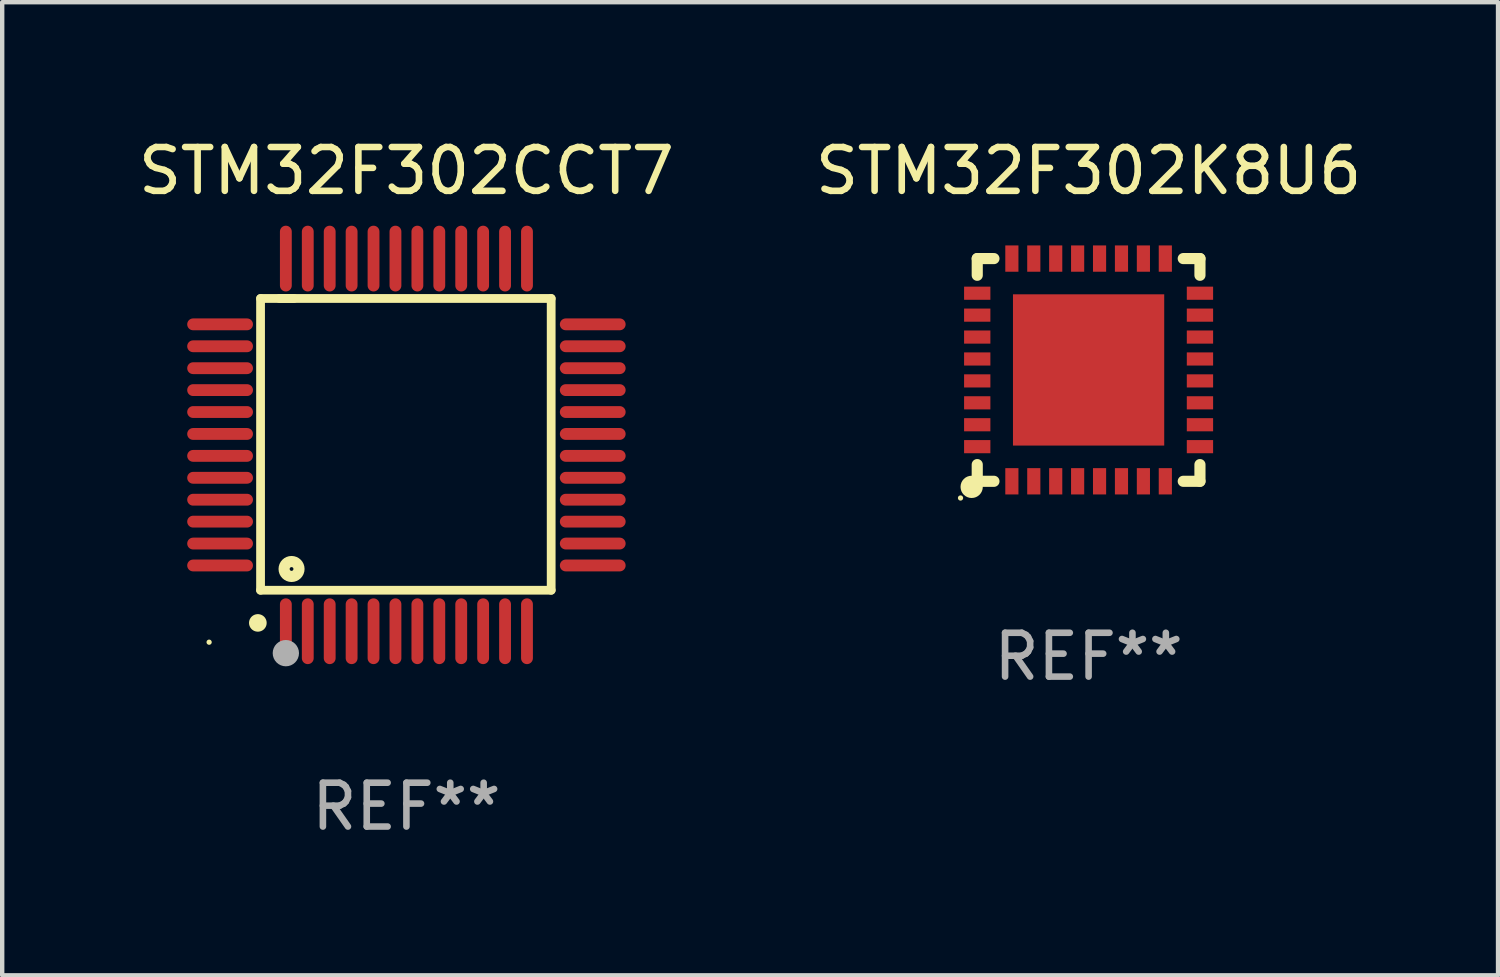
<source format=kicad_pcb>
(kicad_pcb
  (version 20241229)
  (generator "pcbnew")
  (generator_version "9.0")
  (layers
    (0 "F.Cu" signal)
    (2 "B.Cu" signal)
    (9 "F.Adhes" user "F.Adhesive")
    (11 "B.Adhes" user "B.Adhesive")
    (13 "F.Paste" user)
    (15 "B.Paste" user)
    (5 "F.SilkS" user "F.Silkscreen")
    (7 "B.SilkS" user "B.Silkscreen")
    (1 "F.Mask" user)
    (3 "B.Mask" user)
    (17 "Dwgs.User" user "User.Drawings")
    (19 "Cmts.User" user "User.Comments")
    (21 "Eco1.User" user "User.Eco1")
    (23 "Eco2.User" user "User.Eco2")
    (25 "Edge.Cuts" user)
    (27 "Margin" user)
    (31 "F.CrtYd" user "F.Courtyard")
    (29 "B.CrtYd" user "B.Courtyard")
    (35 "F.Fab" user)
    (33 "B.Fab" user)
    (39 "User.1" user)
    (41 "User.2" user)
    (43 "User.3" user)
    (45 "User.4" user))
  (footprint "STM32F302CCT7"
    (layer "F.Cu")
    (at 6.22 7.098)
    (property "Reference" "STM32F302CCT7" (at 0 -6.25 0) (layer "F.SilkS") (effects (font (size 1 1) (thickness 0.15))))
    (attr through_hole)
    (fp_line (start -3.327 -3.34) (end -2.565 -3.34) (stroke (width 0.2) (type solid)) (layer "F.SilkS"))
    (fp_line (start -3.327 3.315) (end -3.327 -3.34) (stroke (width 0.2) (type solid)) (layer "F.SilkS"))
    (fp_line (start -2.896 -3.34) (end 3.302 -3.34) (stroke (width 0.2) (type solid)) (layer "F.SilkS"))
    (fp_line (start 3.302 -3.34) (end 3.302 3.315) (stroke (width 0.2) (type solid)) (layer "F.SilkS"))
    (fp_line (start 3.302 3.315) (end -3.327 3.315) (stroke (width 0.2) (type solid)) (layer "F.SilkS"))
    (fp_arc (start -3.389992 4.059995) (mid -3.388722 4.059991) (end -3.387452 4.059995) (stroke (width 0.4) (type solid)) (layer "F.SilkS"))
    (fp_circle (center -4.5 4.5) (end -4.47 4.5) (stroke (width 0.06) (type solid)) (fill no) (layer "F.SilkS"))
    (fp_circle (center -2.62 2.83) (end -2.45 2.83) (stroke (width 0.254) (type solid)) (fill no) (layer "F.SilkS"))
    (fp_circle (center -2.75 4.75) (end -2.6 4.75) (stroke (width 0.3) (type solid)) (fill no) (layer "F.Fab"))
    (fp_text user "REF**" (at 0 8.25 0) (layer "F.Fab") (effects (font (size 1 1) (thickness 0.15))))
    (pad "1" smd oval (at -2.75 4.25) (size 0.27 1.5) (layers "F.Cu" "F.Mask" "F.Paste"))
    (pad "2" smd oval (at -2.25 4.25) (size 0.27 1.5) (layers "F.Cu" "F.Mask" "F.Paste"))
    (pad "3" smd oval (at -1.75 4.25) (size 0.27 1.5) (layers "F.Cu" "F.Mask" "F.Paste"))
    (pad "4" smd oval (at -1.25 4.25) (size 0.27 1.5) (layers "F.Cu" "F.Mask" "F.Paste"))
    (pad "5" smd oval (at -0.75 4.25) (size 0.27 1.5) (layers "F.Cu" "F.Mask" "F.Paste"))
    (pad "6" smd oval (at -0.25 4.25) (size 0.27 1.5) (layers "F.Cu" "F.Mask" "F.Paste"))
    (pad "7" smd oval (at 0.25 4.25) (size 0.27 1.5) (layers "F.Cu" "F.Mask" "F.Paste"))
    (pad "8" smd oval (at 0.75 4.25) (size 0.27 1.5) (layers "F.Cu" "F.Mask" "F.Paste"))
    (pad "9" smd oval (at 1.25 4.25) (size 0.27 1.5) (layers "F.Cu" "F.Mask" "F.Paste"))
    (pad "10" smd oval (at 1.75 4.25) (size 0.27 1.5) (layers "F.Cu" "F.Mask" "F.Paste"))
    (pad "11" smd oval (at 2.25 4.25) (size 0.27 1.5) (layers "F.Cu" "F.Mask" "F.Paste"))
    (pad "12" smd oval (at 2.75 4.25) (size 0.27 1.5) (layers "F.Cu" "F.Mask" "F.Paste"))
    (pad "13" smd oval (at 4.25 2.75) (size 1.5 0.27) (layers "F.Cu" "F.Mask" "F.Paste"))
    (pad "14" smd oval (at 4.25 2.25) (size 1.5 0.27) (layers "F.Cu" "F.Mask" "F.Paste"))
    (pad "15" smd oval (at 4.25 1.75) (size 1.5 0.27) (layers "F.Cu" "F.Mask" "F.Paste"))
    (pad "16" smd oval (at 4.25 1.25) (size 1.5 0.27) (layers "F.Cu" "F.Mask" "F.Paste"))
    (pad "17" smd oval (at 4.25 0.75) (size 1.5 0.27) (layers "F.Cu" "F.Mask" "F.Paste"))
    (pad "18" smd oval (at 4.25 0.25) (size 1.5 0.27) (layers "F.Cu" "F.Mask" "F.Paste"))
    (pad "19" smd oval (at 4.25 -0.25) (size 1.5 0.27) (layers "F.Cu" "F.Mask" "F.Paste"))
    (pad "20" smd oval (at 4.25 -0.75) (size 1.5 0.27) (layers "F.Cu" "F.Mask" "F.Paste"))
    (pad "21" smd oval (at 4.25 -1.25) (size 1.5 0.27) (layers "F.Cu" "F.Mask" "F.Paste"))
    (pad "22" smd oval (at 4.25 -1.75) (size 1.5 0.27) (layers "F.Cu" "F.Mask" "F.Paste"))
    (pad "23" smd oval (at 4.25 -2.25) (size 1.5 0.27) (layers "F.Cu" "F.Mask" "F.Paste"))
    (pad "24" smd oval (at 4.25 -2.75) (size 1.5 0.27) (layers "F.Cu" "F.Mask" "F.Paste"))
    (pad "25" smd oval (at 2.75 -4.25) (size 0.27 1.5) (layers "F.Cu" "F.Mask" "F.Paste"))
    (pad "26" smd oval (at 2.25 -4.25) (size 0.27 1.5) (layers "F.Cu" "F.Mask" "F.Paste"))
    (pad "27" smd oval (at 1.75 -4.25) (size 0.27 1.5) (layers "F.Cu" "F.Mask" "F.Paste"))
    (pad "28" smd oval (at 1.25 -4.25) (size 0.27 1.5) (layers "F.Cu" "F.Mask" "F.Paste"))
    (pad "29" smd oval (at 0.75 -4.25) (size 0.27 1.5) (layers "F.Cu" "F.Mask" "F.Paste"))
    (pad "30" smd oval (at 0.25 -4.25) (size 0.27 1.5) (layers "F.Cu" "F.Mask" "F.Paste"))
    (pad "31" smd oval (at -0.25 -4.25) (size 0.27 1.5) (layers "F.Cu" "F.Mask" "F.Paste"))
    (pad "32" smd oval (at -0.75 -4.25) (size 0.27 1.5) (layers "F.Cu" "F.Mask" "F.Paste"))
    (pad "33" smd oval (at -1.25 -4.25) (size 0.27 1.5) (layers "F.Cu" "F.Mask" "F.Paste"))
    (pad "34" smd oval (at -1.75 -4.25) (size 0.27 1.5) (layers "F.Cu" "F.Mask" "F.Paste"))
    (pad "35" smd oval (at -2.25 -4.25) (size 0.27 1.5) (layers "F.Cu" "F.Mask" "F.Paste"))
    (pad "36" smd oval (at -2.75 -4.25) (size 0.27 1.5) (layers "F.Cu" "F.Mask" "F.Paste"))
    (pad "37" smd oval (at -4.25 -2.75) (size 1.5 0.27) (layers "F.Cu" "F.Mask" "F.Paste"))
    (pad "38" smd oval (at -4.25 -2.25) (size 1.5 0.27) (layers "F.Cu" "F.Mask" "F.Paste"))
    (pad "39" smd oval (at -4.25 -1.75) (size 1.5 0.27) (layers "F.Cu" "F.Mask" "F.Paste"))
    (pad "40" smd oval (at -4.25 -1.25) (size 1.5 0.27) (layers "F.Cu" "F.Mask" "F.Paste"))
    (pad "41" smd oval (at -4.25 -0.75) (size 1.5 0.27) (layers "F.Cu" "F.Mask" "F.Paste"))
    (pad "42" smd oval (at -4.25 -0.25) (size 1.5 0.27) (layers "F.Cu" "F.Mask" "F.Paste"))
    (pad "43" smd oval (at -4.25 0.25) (size 1.5 0.27) (layers "F.Cu" "F.Mask" "F.Paste"))
    (pad "44" smd oval (at -4.25 0.75) (size 1.5 0.27) (layers "F.Cu" "F.Mask" "F.Paste"))
    (pad "45" smd oval (at -4.25 1.25) (size 1.5 0.27) (layers "F.Cu" "F.Mask" "F.Paste"))
    (pad "46" smd oval (at -4.25 1.75) (size 1.5 0.27) (layers "F.Cu" "F.Mask" "F.Paste"))
    (pad "47" smd oval (at -4.25 2.25) (size 1.5 0.27) (layers "F.Cu" "F.Mask" "F.Paste"))
    (pad "48" smd oval (at -4.25 2.75) (size 1.5 0.27) (layers "F.Cu" "F.Mask" "F.Paste")))
  (footprint "STM32F302K8U6"
    (layer "F.Cu")
    (at 21.78 5.388)
    (property "Reference" "STM32F302K8U6" (at 0 -4.54 0) (layer "F.SilkS") (effects (font (size 1 1) (thickness 0.15))))
    (attr through_hole)
    (fp_line (start -2.54 -2.54) (end -2.159 -2.54) (stroke (width 0.254) (type solid)) (layer "F.SilkS"))
    (fp_line (start -2.54 -2.159) (end -2.54 -2.54) (stroke (width 0.254) (type solid)) (layer "F.SilkS"))
    (fp_line (start -2.54 2.54) (end -2.54 2.159) (stroke (width 0.254) (type solid)) (layer "F.SilkS"))
    (fp_line (start -2.159 2.54) (end -2.54 2.54) (stroke (width 0.254) (type solid)) (layer "F.SilkS"))
    (fp_line (start 2.159 -2.54) (end 2.54 -2.54) (stroke (width 0.254) (type solid)) (layer "F.SilkS"))
    (fp_line (start 2.54 -2.54) (end 2.54 -2.159) (stroke (width 0.254) (type solid)) (layer "F.SilkS"))
    (fp_line (start 2.54 2.159) (end 2.54 2.54) (stroke (width 0.254) (type solid)) (layer "F.SilkS"))
    (fp_line (start 2.54 2.54) (end 2.159 2.54) (stroke (width 0.254) (type solid)) (layer "F.SilkS"))
    (fp_circle (center -2.921 2.921) (end -2.891 2.921) (stroke (width 0.06) (type solid)) (fill no) (layer "F.SilkS"))
    (fp_circle (center -2.667 2.667) (end -2.54 2.667) (stroke (width 0.254) (type solid)) (fill no) (layer "F.SilkS"))
    (fp_text user "REF**" (at 0 6.54 0) (layer "F.Fab") (effects (font (size 1 1) (thickness 0.15))))
    (pad "1" smd rect (at -1.75 2.54 90) (size 0.6 0.3) (layers "F.Cu" "F.Mask" "F.Paste"))
    (pad "2" smd rect (at -1.25 2.54 90) (size 0.6 0.3) (layers "F.Cu" "F.Mask" "F.Paste"))
    (pad "3" smd rect (at -0.75 2.54 90) (size 0.6 0.3) (layers "F.Cu" "F.Mask" "F.Paste"))
    (pad "4" smd rect (at -0.25 2.54 90) (size 0.6 0.3) (layers "F.Cu" "F.Mask" "F.Paste"))
    (pad "5" smd rect (at 0.25 2.54 90) (size 0.6 0.3) (layers "F.Cu" "F.Mask" "F.Paste"))
    (pad "6" smd rect (at 0.75 2.54 90) (size 0.6 0.3) (layers "F.Cu" "F.Mask" "F.Paste"))
    (pad "7" smd rect (at 1.25 2.54 90) (size 0.6 0.3) (layers "F.Cu" "F.Mask" "F.Paste"))
    (pad "8" smd rect (at 1.75 2.54 90) (size 0.6 0.3) (layers "F.Cu" "F.Mask" "F.Paste"))
    (pad "9" smd rect (at 2.54 1.75 180) (size 0.6 0.3) (layers "F.Cu" "F.Mask" "F.Paste"))
    (pad "10" smd rect (at 2.54 1.25 180) (size 0.6 0.3) (layers "F.Cu" "F.Mask" "F.Paste"))
    (pad "11" smd rect (at 2.54 0.75 180) (size 0.6 0.3) (layers "F.Cu" "F.Mask" "F.Paste"))
    (pad "12" smd rect (at 2.54 0.25 180) (size 0.6 0.3) (layers "F.Cu" "F.Mask" "F.Paste"))
    (pad "13" smd rect (at 2.54 -0.25 180) (size 0.6 0.3) (layers "F.Cu" "F.Mask" "F.Paste"))
    (pad "14" smd rect (at 2.54 -0.75 180) (size 0.6 0.3) (layers "F.Cu" "F.Mask" "F.Paste"))
    (pad "15" smd rect (at 2.54 -1.25 180) (size 0.6 0.3) (layers "F.Cu" "F.Mask" "F.Paste"))
    (pad "16" smd rect (at 2.54 -1.75 180) (size 0.6 0.3) (layers "F.Cu" "F.Mask" "F.Paste"))
    (pad "17" smd rect (at 1.75 -2.54 270) (size 0.6 0.3) (layers "F.Cu" "F.Mask" "F.Paste"))
    (pad "18" smd rect (at 1.25 -2.54 270) (size 0.6 0.3) (layers "F.Cu" "F.Mask" "F.Paste"))
    (pad "19" smd rect (at 0.75 -2.54 270) (size 0.6 0.3) (layers "F.Cu" "F.Mask" "F.Paste"))
    (pad "20" smd rect (at 0.25 -2.54 270) (size 0.6 0.3) (layers "F.Cu" "F.Mask" "F.Paste"))
    (pad "21" smd rect (at -0.25 -2.54 270) (size 0.6 0.3) (layers "F.Cu" "F.Mask" "F.Paste"))
    (pad "22" smd rect (at -0.75 -2.54 270) (size 0.6 0.3) (layers "F.Cu" "F.Mask" "F.Paste"))
    (pad "23" smd rect (at -1.25 -2.54 270) (size 0.6 0.3) (layers "F.Cu" "F.Mask" "F.Paste"))
    (pad "24" smd rect (at -1.75 -2.54 270) (size 0.6 0.3) (layers "F.Cu" "F.Mask" "F.Paste"))
    (pad "25" smd rect (at -2.54 -1.75) (size 0.6 0.3) (layers "F.Cu" "F.Mask" "F.Paste"))
    (pad "26" smd rect (at -2.54 -1.25) (size 0.6 0.3) (layers "F.Cu" "F.Mask" "F.Paste"))
    (pad "27" smd rect (at -2.54 -0.75) (size 0.6 0.3) (layers "F.Cu" "F.Mask" "F.Paste"))
    (pad "28" smd rect (at -2.54 -0.25) (size 0.6 0.3) (layers "F.Cu" "F.Mask" "F.Paste"))
    (pad "29" smd rect (at -2.54 0.25) (size 0.6 0.3) (layers "F.Cu" "F.Mask" "F.Paste"))
    (pad "30" smd rect (at -2.54 0.75) (size 0.6 0.3) (layers "F.Cu" "F.Mask" "F.Paste"))
    (pad "31" smd rect (at -2.54 1.25) (size 0.6 0.3) (layers "F.Cu" "F.Mask" "F.Paste"))
    (pad "32" smd rect (at -2.54 1.75) (size 0.6 0.3) (layers "F.Cu" "F.Mask" "F.Paste"))
    (pad "33" smd rect (at 0 0) (size 3.45 3.45) (layers "F.Cu" "F.Mask" "F.Paste")))
  (gr_rect
    (start -3 -3)
    (end 31.119 19.196)
    (stroke (width 0.1) (type default))
    (fill no)
    (layer "Edge.Cuts")))
</source>
